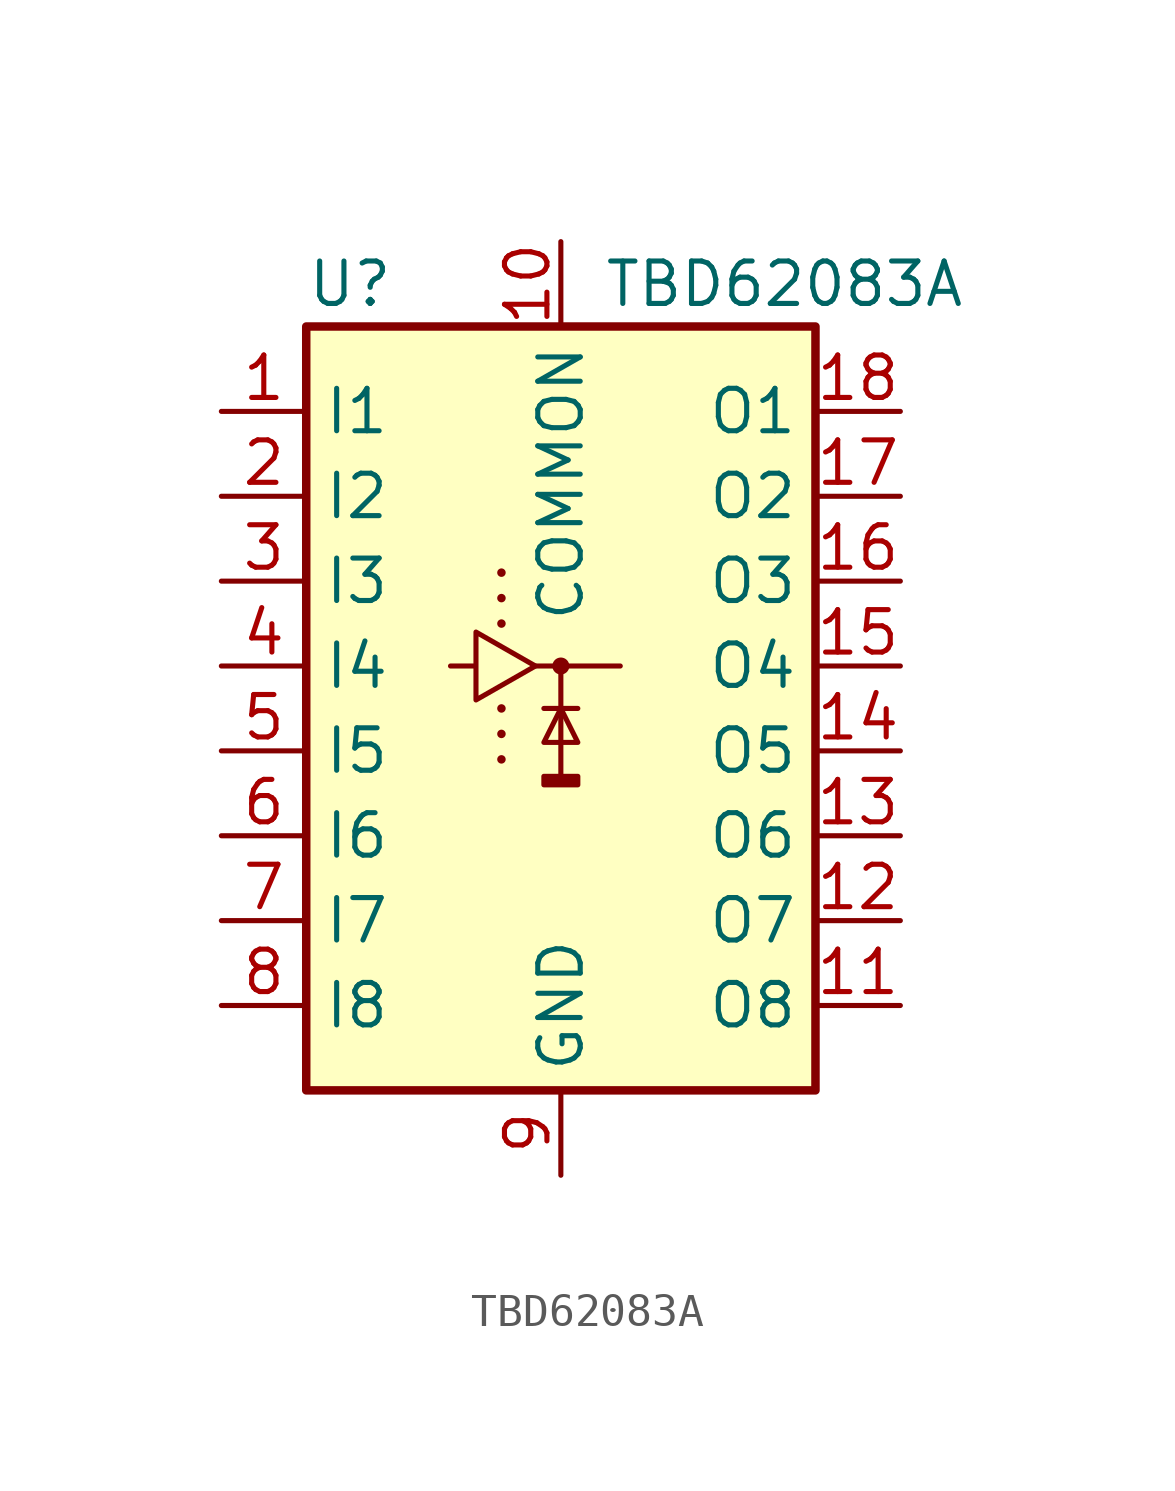
<source format=kicad_sym>
(kicad_symbol_lib
  (version 20241209)
  (generator "kicad_symbol_editor")
  (generator_version "9.0")
  (symbol "TBD62083A"
    (property "Reference" "U"
      (at -7.62 11.43 0)
      (effects (font (size 1.27 1.27)) (justify left)))
    (property "Value" "TBD62083A"
      (at 1.27 11.43 0)
      (effects (font (size 1.27 1.27)) (justify left)))
    (symbol "TBD62083A_0_1"
      (rectangle (start -7.62 10.16) (end 7.62 -12.7) (stroke (width 0.254) (type default)) (fill (type background)))
      (polyline (pts (xy -3.302 0) (xy -2.54 0) (xy -2.54 1.016) (xy -0.762 0) (xy -2.54 -1.016) (xy -2.54 0)) (stroke (width 0) (type default)) (fill (type none)))
      (polyline (pts (xy -1.778 2.794) (xy -1.778 2.794)) (stroke (width 0.254) (type default)) (fill (type none)))
      (polyline (pts (xy -1.778 2.032) (xy -1.778 2.032)) (stroke (width 0.254) (type default)) (fill (type none)))
      (polyline (pts (xy -1.778 1.27) (xy -1.778 1.27)) (stroke (width 0.254) (type default)) (fill (type none)))
      (polyline (pts (xy -1.778 -1.27) (xy -1.778 -1.27)) (stroke (width 0.254) (type default)) (fill (type none)))
      (polyline (pts (xy -1.778 -2.032) (xy -1.778 -2.032)) (stroke (width 0.254) (type default)) (fill (type none)))
      (polyline (pts (xy -1.778 -2.794) (xy -1.778 -2.794)) (stroke (width 0.254) (type default)) (fill (type none)))
      (polyline (pts (xy -0.762 0) (xy 1.778 0)) (stroke (width 0) (type default)) (fill (type none)))
      (polyline (pts (xy -0.508 -1.27) (xy 0.508 -1.27)) (stroke (width 0) (type default)) (fill (type none)))
      (rectangle (start -0.508 -3.302) (end 0.508 -3.556) (stroke (width 0) (type default)) (fill (type outline)))
      (polyline (pts (xy 0 0) (xy 0 0)) (stroke (width 0.508) (type default)) (fill (type none)))
      (polyline (pts (xy 0 0) (xy 0 -3.302)) (stroke (width 0) (type default)) (fill (type none)))
      (polyline (pts (xy 0 -1.27) (xy -0.508 -2.286) (xy 0.508 -2.286) (xy 0 -1.27)) (stroke (width 0) (type default)) (fill (type none))))
    (symbol "TBD62083A_1_1"
      (pin input line (at -10.16 7.62 0) (length 2.54) (name "I1" (effects (font (size 1.27 1.27)))) (number "1" (effects (font (size 1.27 1.27)))))
      (pin input line (at -10.16 5.08 0) (length 2.54) (name "I2" (effects (font (size 1.27 1.27)))) (number "2" (effects (font (size 1.27 1.27)))))
      (pin input line (at -10.16 2.54 0) (length 2.54) (name "I3" (effects (font (size 1.27 1.27)))) (number "3" (effects (font (size 1.27 1.27)))))
      (pin input line (at -10.16 0 0) (length 2.54) (name "I4" (effects (font (size 1.27 1.27)))) (number "4" (effects (font (size 1.27 1.27)))))
      (pin input line (at -10.16 -2.54 0) (length 2.54) (name "I5" (effects (font (size 1.27 1.27)))) (number "5" (effects (font (size 1.27 1.27)))))
      (pin input line (at -10.16 -5.08 0) (length 2.54) (name "I6" (effects (font (size 1.27 1.27)))) (number "6" (effects (font (size 1.27 1.27)))))
      (pin input line (at -10.16 -7.62 0) (length 2.54) (name "I7" (effects (font (size 1.27 1.27)))) (number "7" (effects (font (size 1.27 1.27)))))
      (pin input line (at -10.16 -10.16 0) (length 2.54) (name "I8" (effects (font (size 1.27 1.27)))) (number "8" (effects (font (size 1.27 1.27)))))
      (pin power_in line (at 0 12.7 270) (length 2.54) (name "COMMON" (effects (font (size 1.27 1.27)))) (number "10" (effects (font (size 1.27 1.27)))))
      (pin power_in line (at 0 -15.24 90) (length 2.54) (name "GND" (effects (font (size 1.27 1.27)))) (number "9" (effects (font (size 1.27 1.27)))))
      (pin open_emitter line (at 10.16 7.62 180) (length 2.54) (name "O1" (effects (font (size 1.27 1.27)))) (number "18" (effects (font (size 1.27 1.27)))))
      (pin open_emitter line (at 10.16 5.08 180) (length 2.54) (name "O2" (effects (font (size 1.27 1.27)))) (number "17" (effects (font (size 1.27 1.27)))))
      (pin open_emitter line (at 10.16 2.54 180) (length 2.54) (name "O3" (effects (font (size 1.27 1.27)))) (number "16" (effects (font (size 1.27 1.27)))))
      (pin open_emitter line (at 10.16 0 180) (length 2.54) (name "O4" (effects (font (size 1.27 1.27)))) (number "15" (effects (font (size 1.27 1.27)))))
      (pin open_emitter line (at 10.16 -2.54 180) (length 2.54) (name "O5" (effects (font (size 1.27 1.27)))) (number "14" (effects (font (size 1.27 1.27)))))
      (pin open_emitter line (at 10.16 -5.08 180) (length 2.54) (name "O6" (effects (font (size 1.27 1.27)))) (number "13" (effects (font (size 1.27 1.27)))))
      (pin open_emitter line (at 10.16 -7.62 180) (length 2.54) (name "O7" (effects (font (size 1.27 1.27)))) (number "12" (effects (font (size 1.27 1.27)))))
      (pin open_emitter line (at 10.16 -10.16 180) (length 2.54) (name "O8" (effects (font (size 1.27 1.27)))) (number "11" (effects (font (size 1.27 1.27))))))))
</source>
